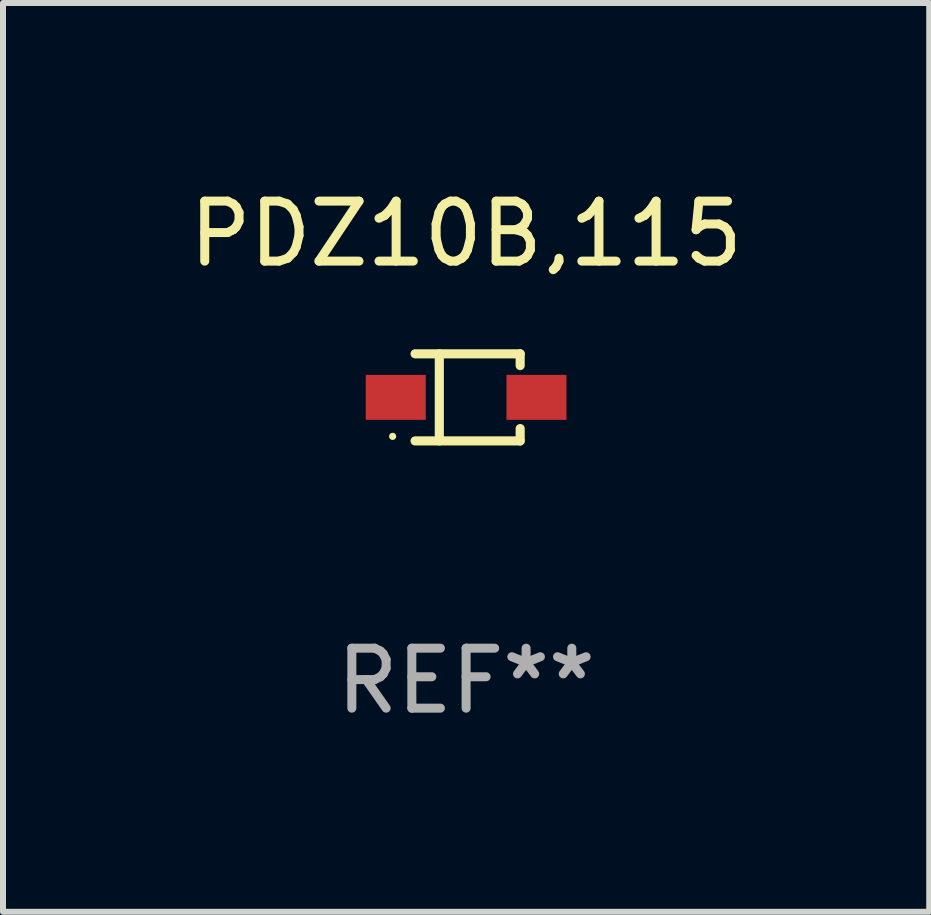
<source format=kicad_pcb>
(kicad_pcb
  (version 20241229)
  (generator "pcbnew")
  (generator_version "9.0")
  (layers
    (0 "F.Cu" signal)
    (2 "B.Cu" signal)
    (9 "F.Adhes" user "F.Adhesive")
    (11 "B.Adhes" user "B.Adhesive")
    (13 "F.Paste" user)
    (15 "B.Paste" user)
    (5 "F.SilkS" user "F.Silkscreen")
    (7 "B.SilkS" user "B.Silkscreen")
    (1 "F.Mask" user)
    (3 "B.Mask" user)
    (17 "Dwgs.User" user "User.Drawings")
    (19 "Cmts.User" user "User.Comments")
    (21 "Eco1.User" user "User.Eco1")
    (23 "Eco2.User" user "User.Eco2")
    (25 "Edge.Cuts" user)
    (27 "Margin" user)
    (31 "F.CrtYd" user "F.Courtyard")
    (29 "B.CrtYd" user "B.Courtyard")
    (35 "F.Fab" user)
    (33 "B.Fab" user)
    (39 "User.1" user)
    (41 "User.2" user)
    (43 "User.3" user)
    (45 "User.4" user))
  (footprint "PDZ10B,115"
    (layer "F.Cu")
    (at 4.72 3.574)
    (property "Reference" "PDZ10B,115" (at 0 -2.726 0) (layer "F.SilkS") (effects (font (size 1 1) (thickness 0.15))))
    (attr through_hole)
    (fp_line (start -0.851 -0.726) (end 0.901 -0.726) (stroke (width 0.152) (type solid)) (layer "F.SilkS"))
    (fp_line (start -0.851 0.726) (end 0.901 0.726) (stroke (width 0.152) (type solid)) (layer "F.SilkS"))
    (fp_line (start -0.447 -0.726) (end -0.447 0.726) (stroke (width 0.152) (type solid)) (layer "F.SilkS"))
    (fp_line (start 0.901 -0.726) (end 0.901 -0.53) (stroke (width 0.152) (type solid)) (layer "F.SilkS"))
    (fp_line (start 0.901 0.726) (end 0.901 0.52) (stroke (width 0.152) (type solid)) (layer "F.SilkS"))
    (fp_circle (center -1.225 0.65) (end -1.195 0.65) (stroke (width 0.06) (type solid)) (fill no) (layer "F.SilkS"))
    (fp_text user "REF**" (at 0 4.726 0) (layer "F.Fab") (effects (font (size 1 1) (thickness 0.15))))
    (pad "1" smd rect (at -1.173 0) (size 1 0.75) (layers "F.Cu" "F.Mask" "F.Paste"))
    (pad "2" smd rect (at 1.173 0) (size 1 0.75) (layers "F.Cu" "F.Mask" "F.Paste")))
  (gr_rect
    (start -3 -3)
    (end 12.44 12.149)
    (stroke (width 0.1) (type default))
    (fill no)
    (layer "Edge.Cuts")))
</source>
